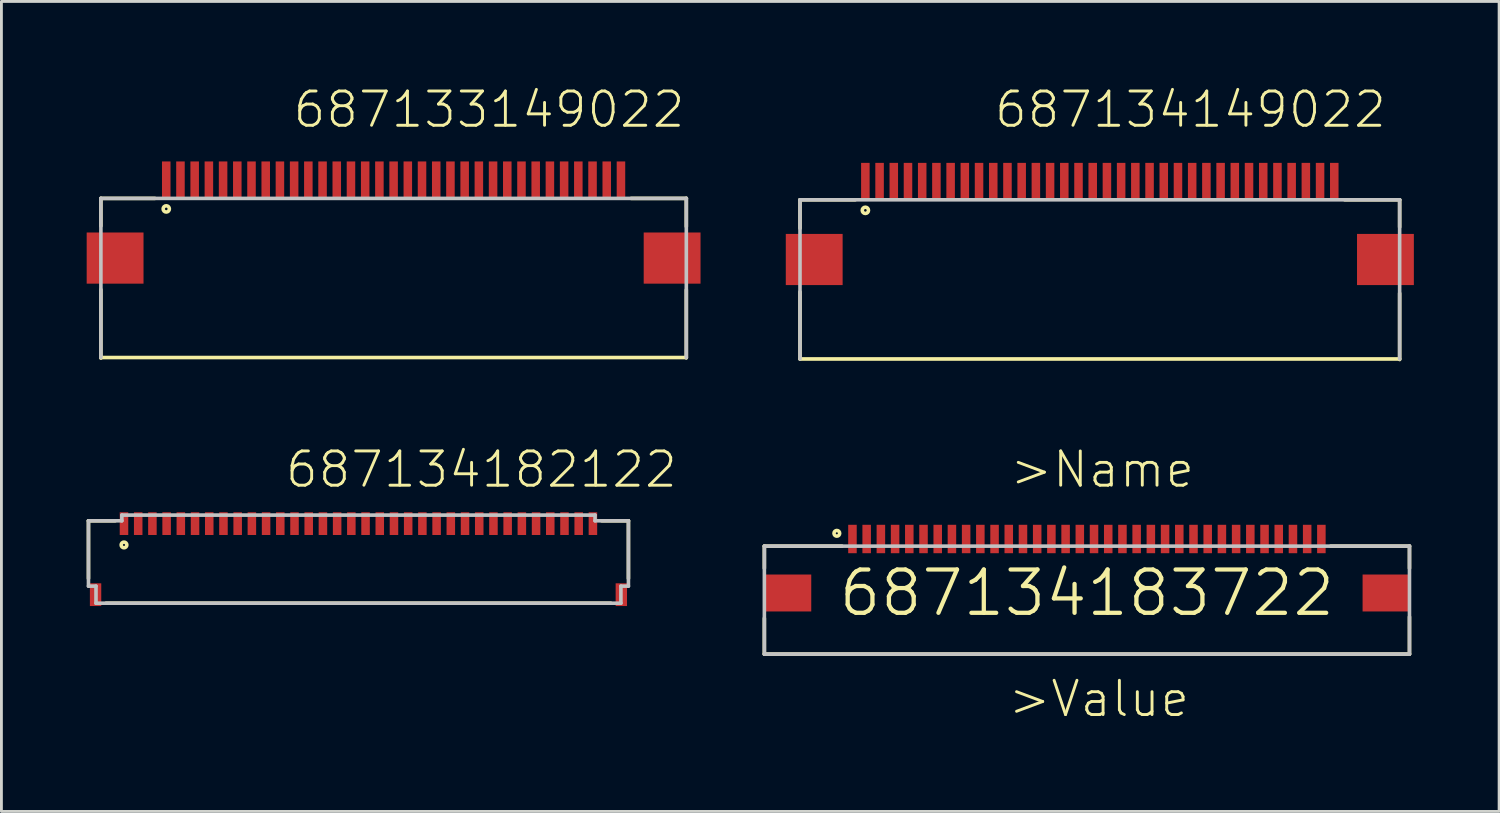
<source format=kicad_pcb>
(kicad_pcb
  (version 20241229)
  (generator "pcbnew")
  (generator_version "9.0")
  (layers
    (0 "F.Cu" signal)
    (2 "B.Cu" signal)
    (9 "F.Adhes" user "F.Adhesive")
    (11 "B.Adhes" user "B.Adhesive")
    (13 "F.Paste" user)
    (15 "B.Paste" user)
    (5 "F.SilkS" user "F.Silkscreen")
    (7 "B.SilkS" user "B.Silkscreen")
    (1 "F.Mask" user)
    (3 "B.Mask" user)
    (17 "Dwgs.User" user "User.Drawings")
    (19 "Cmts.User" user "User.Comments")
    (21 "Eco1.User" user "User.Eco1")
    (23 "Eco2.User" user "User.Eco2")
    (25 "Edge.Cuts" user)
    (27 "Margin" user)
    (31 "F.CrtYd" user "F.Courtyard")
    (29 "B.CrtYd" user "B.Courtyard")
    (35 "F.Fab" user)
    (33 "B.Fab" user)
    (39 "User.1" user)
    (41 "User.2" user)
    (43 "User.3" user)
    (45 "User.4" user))
  (footprint "687134183722"
    (layer "F.Cu")
    (at 35.196 17.816)
    (property "Reference" "687134183722" (at 0 0 0) (layer "F.SilkS") (effects (font (size 1.524 1.524) (thickness 0.15))))
    (attr through_hole)
    (fp_line (start -11.35 -1.65) (end -11.35 -0.87) (stroke (width 0.127) (type solid)) (layer "F.SilkS"))
    (fp_line (start -11.35 0.89) (end -11.35 2.15) (stroke (width 0.127) (type solid)) (layer "F.SilkS"))
    (fp_line (start -11.35 2.15) (end 11.35 2.15) (stroke (width 0.127) (type solid)) (layer "F.SilkS"))
    (fp_line (start -8.62 -1.65) (end -11.35 -1.65) (stroke (width 0.127) (type solid)) (layer "F.SilkS"))
    (fp_line (start 8.58 -1.65) (end 11.35 -1.65) (stroke (width 0.127) (type solid)) (layer "F.SilkS"))
    (fp_line (start 11.35 -1.65) (end 11.35 -0.87) (stroke (width 0.127) (type solid)) (layer "F.SilkS"))
    (fp_line (start 11.35 2.15) (end 11.35 0.84) (stroke (width 0.127) (type solid)) (layer "F.SilkS"))
    (fp_circle (center -8.8 -2.1) (end -8.7 -2.1) (stroke (width 0.127) (type solid)) (fill no) (layer "F.SilkS"))
    (fp_line (start -11.35 -1.65) (end 11.35 -1.65) (stroke (width 0.127) (type solid)) (layer "Dwgs.User"))
    (fp_line (start -11.35 2.15) (end -11.35 -1.65) (stroke (width 0.127) (type solid)) (layer "Dwgs.User"))
    (fp_line (start 11.35 -1.65) (end 11.35 2.15) (stroke (width 0.127) (type solid)) (layer "Dwgs.User"))
    (fp_line (start 11.35 2.15) (end -11.35 2.15) (stroke (width 0.127) (type solid)) (layer "Dwgs.User"))
    (fp_text user ">Value" (at -2.83 4.43 0) (layer "F.SilkS") (effects (font (size 1.206 1.206) (thickness 0.102)) (justify left bottom)))
    (fp_text user ">Name" (at -2.77 -3.64 0) (layer "F.SilkS") (effects (font (size 1.206 1.206) (thickness 0.102)) (justify left bottom)))
    (pad "1" smd rect (at -8.25 -1.9 90) (size 1 0.3) (layers "F.Cu" "F.Mask" "F.Paste"))
    (pad "2" smd rect (at -7.75 -1.9 90) (size 1 0.3) (layers "F.Cu" "F.Mask" "F.Paste"))
    (pad "3" smd rect (at -7.25 -1.9 90) (size 1 0.3) (layers "F.Cu" "F.Mask" "F.Paste"))
    (pad "4" smd rect (at -6.75 -1.9 90) (size 1 0.3) (layers "F.Cu" "F.Mask" "F.Paste"))
    (pad "5" smd rect (at -6.25 -1.9 90) (size 1 0.3) (layers "F.Cu" "F.Mask" "F.Paste"))
    (pad "6" smd rect (at -5.75 -1.9 90) (size 1 0.3) (layers "F.Cu" "F.Mask" "F.Paste"))
    (pad "7" smd rect (at -5.25 -1.9 90) (size 1 0.3) (layers "F.Cu" "F.Mask" "F.Paste"))
    (pad "8" smd rect (at -4.75 -1.9 90) (size 1 0.3) (layers "F.Cu" "F.Mask" "F.Paste"))
    (pad "9" smd rect (at -4.25 -1.9 90) (size 1 0.3) (layers "F.Cu" "F.Mask" "F.Paste"))
    (pad "10" smd rect (at -3.75 -1.9 90) (size 1 0.3) (layers "F.Cu" "F.Mask" "F.Paste"))
    (pad "11" smd rect (at -3.25 -1.9 90) (size 1 0.3) (layers "F.Cu" "F.Mask" "F.Paste"))
    (pad "12" smd rect (at -2.75 -1.9 90) (size 1 0.3) (layers "F.Cu" "F.Mask" "F.Paste"))
    (pad "13" smd rect (at -2.25 -1.9 90) (size 1 0.3) (layers "F.Cu" "F.Mask" "F.Paste"))
    (pad "14" smd rect (at -1.75 -1.9 90) (size 1 0.3) (layers "F.Cu" "F.Mask" "F.Paste"))
    (pad "15" smd rect (at -1.25 -1.9 90) (size 1 0.3) (layers "F.Cu" "F.Mask" "F.Paste"))
    (pad "16" smd rect (at -0.75 -1.9 90) (size 1 0.3) (layers "F.Cu" "F.Mask" "F.Paste"))
    (pad "17" smd rect (at -0.25 -1.9 90) (size 1 0.3) (layers "F.Cu" "F.Mask" "F.Paste"))
    (pad "18" smd rect (at 0.25 -1.9 90) (size 1 0.3) (layers "F.Cu" "F.Mask" "F.Paste"))
    (pad "19" smd rect (at 0.75 -1.9 90) (size 1 0.3) (layers "F.Cu" "F.Mask" "F.Paste"))
    (pad "20" smd rect (at 1.25 -1.9 90) (size 1 0.3) (layers "F.Cu" "F.Mask" "F.Paste"))
    (pad "21" smd rect (at 1.75 -1.9 90) (size 1 0.3) (layers "F.Cu" "F.Mask" "F.Paste"))
    (pad "22" smd rect (at 2.25 -1.9 90) (size 1 0.3) (layers "F.Cu" "F.Mask" "F.Paste"))
    (pad "23" smd rect (at 2.75 -1.9 90) (size 1 0.3) (layers "F.Cu" "F.Mask" "F.Paste"))
    (pad "24" smd rect (at 3.25 -1.9 90) (size 1 0.3) (layers "F.Cu" "F.Mask" "F.Paste"))
    (pad "25" smd rect (at 3.75 -1.9 90) (size 1 0.3) (layers "F.Cu" "F.Mask" "F.Paste"))
    (pad "26" smd rect (at 4.25 -1.9 90) (size 1 0.3) (layers "F.Cu" "F.Mask" "F.Paste"))
    (pad "27" smd rect (at 4.75 -1.9 90) (size 1 0.3) (layers "F.Cu" "F.Mask" "F.Paste"))
    (pad "28" smd rect (at 5.25 -1.9 90) (size 1 0.3) (layers "F.Cu" "F.Mask" "F.Paste"))
    (pad "29" smd rect (at 5.75 -1.9 90) (size 1 0.3) (layers "F.Cu" "F.Mask" "F.Paste"))
    (pad "30" smd rect (at 6.25 -1.9 90) (size 1 0.3) (layers "F.Cu" "F.Mask" "F.Paste"))
    (pad "31" smd rect (at 6.75 -1.9 90) (size 1 0.3) (layers "F.Cu" "F.Mask" "F.Paste"))
    (pad "32" smd rect (at 7.25 -1.9 90) (size 1 0.3) (layers "F.Cu" "F.Mask" "F.Paste"))
    (pad "33" smd rect (at 7.75 -1.9 90) (size 1 0.3) (layers "F.Cu" "F.Mask" "F.Paste"))
    (pad "34" smd rect (at 8.25 -1.9 90) (size 1 0.3) (layers "F.Cu" "F.Mask" "F.Paste"))
    (pad "Z1" smd rect (at -10.525 0) (size 1.65 1.3) (layers "F.Cu" "F.Mask" "F.Paste"))
    (pad "Z2" smd rect (at 10.525 0) (size 1.65 1.3) (layers "F.Cu" "F.Mask" "F.Paste")))
  (footprint "687134182122"
    (layer "F.Cu")
    (at 9.563 16.625)
    (property "Reference" "687134182122" (at -2.633 -2.449 0) (layer "F.SilkS") (effects (font (size 1.206 1.206) (thickness 0.102)) (justify left bottom)))
    (attr through_hole)
    (fp_line (start -9.5 -1.35) (end -9.5 0.68) (stroke (width 0.127) (type solid)) (layer "F.SilkS"))
    (fp_line (start -8.88 1.55) (end 8.88 1.55) (stroke (width 0.127) (type solid)) (layer "F.SilkS"))
    (fp_line (start -8.56 -1.35) (end -9.5 -1.35) (stroke (width 0.127) (type solid)) (layer "F.SilkS"))
    (fp_line (start 9.5 -1.35) (end 8.56 -1.35) (stroke (width 0.127) (type solid)) (layer "F.SilkS"))
    (fp_line (start 9.5 -1.35) (end 9.5 0.68) (stroke (width 0.127) (type solid)) (layer "F.SilkS"))
    (fp_circle (center -8.25 -0.5) (end -8.15 -0.5) (stroke (width 0.127) (type solid)) (fill no) (layer "F.SilkS"))
    (fp_line (start -9.5 -1.35) (end -9.5 0.95) (stroke (width 0.127) (type solid)) (layer "Dwgs.User"))
    (fp_line (start -9.5 -1.35) (end -8.325 -1.35) (stroke (width 0.127) (type solid)) (layer "Dwgs.User"))
    (fp_line (start -9.5 0.95) (end -9.235 0.95) (stroke (width 0.127) (type solid)) (layer "Dwgs.User"))
    (fp_line (start -9.235 1.55) (end -9.235 0.95) (stroke (width 0.127) (type solid)) (layer "Dwgs.User"))
    (fp_line (start -9.235 1.55) (end 9.235 1.55) (stroke (width 0.127) (type solid)) (layer "Dwgs.User"))
    (fp_line (start -8.325 -1.55) (end -8.325 -1.35) (stroke (width 0.127) (type solid)) (layer "Dwgs.User"))
    (fp_line (start -8.325 -1.55) (end 8.325 -1.55) (stroke (width 0.127) (type solid)) (layer "Dwgs.User"))
    (fp_line (start 8.325 -1.55) (end 8.325 -1.35) (stroke (width 0.127) (type solid)) (layer "Dwgs.User"))
    (fp_line (start 8.325 -1.35) (end 9.5 -1.35) (stroke (width 0.127) (type solid)) (layer "Dwgs.User"))
    (fp_line (start 9.235 0.95) (end 9.5 0.95) (stroke (width 0.127) (type solid)) (layer "Dwgs.User"))
    (fp_line (start 9.235 1.55) (end 9.235 0.95) (stroke (width 0.127) (type solid)) (layer "Dwgs.User"))
    (fp_line (start 9.5 -1.35) (end 9.5 0.95) (stroke (width 0.127) (type solid)) (layer "Dwgs.User"))
    (pad "1" smd rect (at -8.25 -1.25 90) (size 0.8 0.3) (layers "F.Cu" "F.Mask" "F.Paste"))
    (pad "2" smd rect (at -7.75 -1.25 90) (size 0.8 0.3) (layers "F.Cu" "F.Mask" "F.Paste"))
    (pad "3" smd rect (at -7.25 -1.25 90) (size 0.8 0.3) (layers "F.Cu" "F.Mask" "F.Paste"))
    (pad "4" smd rect (at -6.75 -1.25 90) (size 0.8 0.3) (layers "F.Cu" "F.Mask" "F.Paste"))
    (pad "5" smd rect (at -6.25 -1.25 90) (size 0.8 0.3) (layers "F.Cu" "F.Mask" "F.Paste"))
    (pad "6" smd rect (at -5.75 -1.25 90) (size 0.8 0.3) (layers "F.Cu" "F.Mask" "F.Paste"))
    (pad "7" smd rect (at -5.25 -1.25 90) (size 0.8 0.3) (layers "F.Cu" "F.Mask" "F.Paste"))
    (pad "8" smd rect (at -4.75 -1.25 90) (size 0.8 0.3) (layers "F.Cu" "F.Mask" "F.Paste"))
    (pad "9" smd rect (at -4.25 -1.25 90) (size 0.8 0.3) (layers "F.Cu" "F.Mask" "F.Paste"))
    (pad "10" smd rect (at -3.75 -1.25 90) (size 0.8 0.3) (layers "F.Cu" "F.Mask" "F.Paste"))
    (pad "11" smd rect (at -3.25 -1.25 90) (size 0.8 0.3) (layers "F.Cu" "F.Mask" "F.Paste"))
    (pad "12" smd rect (at -2.75 -1.25 90) (size 0.8 0.3) (layers "F.Cu" "F.Mask" "F.Paste"))
    (pad "13" smd rect (at -2.25 -1.25 90) (size 0.8 0.3) (layers "F.Cu" "F.Mask" "F.Paste"))
    (pad "14" smd rect (at -1.75 -1.25 90) (size 0.8 0.3) (layers "F.Cu" "F.Mask" "F.Paste"))
    (pad "15" smd rect (at -1.25 -1.25 90) (size 0.8 0.3) (layers "F.Cu" "F.Mask" "F.Paste"))
    (pad "16" smd rect (at -0.75 -1.25 90) (size 0.8 0.3) (layers "F.Cu" "F.Mask" "F.Paste"))
    (pad "17" smd rect (at -0.25 -1.25 90) (size 0.8 0.3) (layers "F.Cu" "F.Mask" "F.Paste"))
    (pad "18" smd rect (at 0.25 -1.25 90) (size 0.8 0.3) (layers "F.Cu" "F.Mask" "F.Paste"))
    (pad "19" smd rect (at 0.75 -1.25 90) (size 0.8 0.3) (layers "F.Cu" "F.Mask" "F.Paste"))
    (pad "20" smd rect (at 1.25 -1.25 90) (size 0.8 0.3) (layers "F.Cu" "F.Mask" "F.Paste"))
    (pad "21" smd rect (at 1.75 -1.25 90) (size 0.8 0.3) (layers "F.Cu" "F.Mask" "F.Paste"))
    (pad "22" smd rect (at 2.25 -1.25 90) (size 0.8 0.3) (layers "F.Cu" "F.Mask" "F.Paste"))
    (pad "23" smd rect (at 2.75 -1.25 90) (size 0.8 0.3) (layers "F.Cu" "F.Mask" "F.Paste"))
    (pad "24" smd rect (at 3.25 -1.25 90) (size 0.8 0.3) (layers "F.Cu" "F.Mask" "F.Paste"))
    (pad "25" smd rect (at 3.75 -1.25 90) (size 0.8 0.3) (layers "F.Cu" "F.Mask" "F.Paste"))
    (pad "26" smd rect (at 4.25 -1.25 90) (size 0.8 0.3) (layers "F.Cu" "F.Mask" "F.Paste"))
    (pad "27" smd rect (at 4.75 -1.25 90) (size 0.8 0.3) (layers "F.Cu" "F.Mask" "F.Paste"))
    (pad "28" smd rect (at 5.25 -1.25 90) (size 0.8 0.3) (layers "F.Cu" "F.Mask" "F.Paste"))
    (pad "29" smd rect (at 5.75 -1.25 90) (size 0.8 0.3) (layers "F.Cu" "F.Mask" "F.Paste"))
    (pad "30" smd rect (at 6.25 -1.25 90) (size 0.8 0.3) (layers "F.Cu" "F.Mask" "F.Paste"))
    (pad "31" smd rect (at 6.75 -1.25 90) (size 0.8 0.3) (layers "F.Cu" "F.Mask" "F.Paste"))
    (pad "32" smd rect (at 7.25 -1.25 90) (size 0.8 0.3) (layers "F.Cu" "F.Mask" "F.Paste"))
    (pad "33" smd rect (at 7.75 -1.25 90) (size 0.8 0.3) (layers "F.Cu" "F.Mask" "F.Paste"))
    (pad "34" smd rect (at 8.25 -1.25 90) (size 0.8 0.3) (layers "F.Cu" "F.Mask" "F.Paste"))
    (pad "Z1" smd rect (at -9.25 1.25 90) (size 0.8 0.4) (layers "F.Cu" "F.Mask" "F.Paste"))
    (pad "Z2" smd rect (at 9.25 1.25 90) (size 0.8 0.4) (layers "F.Cu" "F.Mask" "F.Paste")))
  (footprint "687133149022"
    (layer "F.Cu")
    (at 10.8 3.281)
    (property "Reference" "687133149022" (at -3.6 -1.77 0) (layer "F.SilkS") (effects (font (size 1.206 1.206) (thickness 0.102)) (justify left bottom)))
    (attr through_hole)
    (fp_line (start -10.3 0.65) (end -10.3 1.62) (stroke (width 0.127) (type solid)) (layer "F.SilkS"))
    (fp_line (start -10.3 3.86) (end -10.3 6.27) (stroke (width 0.127) (type solid)) (layer "F.SilkS"))
    (fp_line (start -8.4 0.65) (end -10.3 0.65) (stroke (width 0.127) (type solid)) (layer "F.SilkS"))
    (fp_line (start 8.36 0.65) (end 10.3 0.65) (stroke (width 0.127) (type solid)) (layer "F.SilkS"))
    (fp_line (start 10.3 0.65) (end 10.3 1.64) (stroke (width 0.127) (type solid)) (layer "F.SilkS"))
    (fp_line (start 10.3 3.87) (end 10.3 6.26) (stroke (width 0.127) (type solid)) (layer "F.SilkS"))
    (fp_line (start 10.3 6.25) (end -10.3 6.25) (stroke (width 0.127) (type solid)) (layer "F.SilkS"))
    (fp_circle (center -8 1.02) (end -7.89 1.02) (stroke (width 0.127) (type solid)) (fill no) (layer "F.SilkS"))
    (fp_line (start -10.3 0.65) (end 10.3 0.65) (stroke (width 0.127) (type solid)) (layer "Dwgs.User"))
    (fp_line (start -10.3 6.25) (end -10.3 0.65) (stroke (width 0.127) (type solid)) (layer "Dwgs.User"))
    (fp_line (start 10.3 0.65) (end 10.3 6.25) (stroke (width 0.127) (type solid)) (layer "Dwgs.User"))
    (pad "1" smd rect (at -8 0) (size 0.3 1.3) (layers "F.Cu" "F.Mask" "F.Paste"))
    (pad "2" smd rect (at -7.5 0) (size 0.3 1.3) (layers "F.Cu" "F.Mask" "F.Paste"))
    (pad "3" smd rect (at -7 0) (size 0.3 1.3) (layers "F.Cu" "F.Mask" "F.Paste"))
    (pad "4" smd rect (at -6.5 0) (size 0.3 1.3) (layers "F.Cu" "F.Mask" "F.Paste"))
    (pad "5" smd rect (at -6 0) (size 0.3 1.3) (layers "F.Cu" "F.Mask" "F.Paste"))
    (pad "6" smd rect (at -5.5 0) (size 0.3 1.3) (layers "F.Cu" "F.Mask" "F.Paste"))
    (pad "7" smd rect (at -5 0) (size 0.3 1.3) (layers "F.Cu" "F.Mask" "F.Paste"))
    (pad "8" smd rect (at -4.5 0) (size 0.3 1.3) (layers "F.Cu" "F.Mask" "F.Paste"))
    (pad "9" smd rect (at -4 0) (size 0.3 1.3) (layers "F.Cu" "F.Mask" "F.Paste"))
    (pad "10" smd rect (at -3.5 0) (size 0.3 1.3) (layers "F.Cu" "F.Mask" "F.Paste"))
    (pad "11" smd rect (at -3 0) (size 0.3 1.3) (layers "F.Cu" "F.Mask" "F.Paste"))
    (pad "12" smd rect (at -2.5 0) (size 0.3 1.3) (layers "F.Cu" "F.Mask" "F.Paste"))
    (pad "13" smd rect (at -2 0) (size 0.3 1.3) (layers "F.Cu" "F.Mask" "F.Paste"))
    (pad "14" smd rect (at -1.5 0) (size 0.3 1.3) (layers "F.Cu" "F.Mask" "F.Paste"))
    (pad "15" smd rect (at -1 0) (size 0.3 1.3) (layers "F.Cu" "F.Mask" "F.Paste"))
    (pad "16" smd rect (at -0.5 0) (size 0.3 1.3) (layers "F.Cu" "F.Mask" "F.Paste"))
    (pad "17" smd rect (at 0 0) (size 0.3 1.3) (layers "F.Cu" "F.Mask" "F.Paste"))
    (pad "18" smd rect (at 0.5 0) (size 0.3 1.3) (layers "F.Cu" "F.Mask" "F.Paste"))
    (pad "19" smd rect (at 1 0) (size 0.3 1.3) (layers "F.Cu" "F.Mask" "F.Paste"))
    (pad "20" smd rect (at 1.5 0) (size 0.3 1.3) (layers "F.Cu" "F.Mask" "F.Paste"))
    (pad "21" smd rect (at 2 0) (size 0.3 1.3) (layers "F.Cu" "F.Mask" "F.Paste"))
    (pad "22" smd rect (at 2.5 0) (size 0.3 1.3) (layers "F.Cu" "F.Mask" "F.Paste"))
    (pad "23" smd rect (at 3 0) (size 0.3 1.3) (layers "F.Cu" "F.Mask" "F.Paste"))
    (pad "24" smd rect (at 3.5 0) (size 0.3 1.3) (layers "F.Cu" "F.Mask" "F.Paste"))
    (pad "25" smd rect (at 4 0) (size 0.3 1.3) (layers "F.Cu" "F.Mask" "F.Paste"))
    (pad "26" smd rect (at 4.5 0) (size 0.3 1.3) (layers "F.Cu" "F.Mask" "F.Paste"))
    (pad "27" smd rect (at 5 0) (size 0.3 1.3) (layers "F.Cu" "F.Mask" "F.Paste"))
    (pad "28" smd rect (at 5.5 0) (size 0.3 1.3) (layers "F.Cu" "F.Mask" "F.Paste"))
    (pad "29" smd rect (at 6 0) (size 0.3 1.3) (layers "F.Cu" "F.Mask" "F.Paste"))
    (pad "30" smd rect (at 6.5 0) (size 0.3 1.3) (layers "F.Cu" "F.Mask" "F.Paste"))
    (pad "31" smd rect (at 7 0) (size 0.3 1.3) (layers "F.Cu" "F.Mask" "F.Paste"))
    (pad "32" smd rect (at 7.5 0) (size 0.3 1.3) (layers "F.Cu" "F.Mask" "F.Paste"))
    (pad "33" smd rect (at 8 0) (size 0.3 1.3) (layers "F.Cu" "F.Mask" "F.Paste"))
    (pad "Z1" smd rect (at -9.8 2.75) (size 2 1.8) (layers "F.Cu" "F.Mask" "F.Paste"))
    (pad "Z2" smd rect (at 9.8 2.75) (size 2 1.8) (layers "F.Cu" "F.Mask" "F.Paste")))
  (footprint "687134149022"
    (layer "F.Cu")
    (at 35.65 3.331)
    (property "Reference" "687134149022" (at -3.77 -1.82 0) (layer "F.SilkS") (effects (font (size 1.206 1.206) (thickness 0.102)) (justify left bottom)))
    (attr through_hole)
    (fp_line (start -10.55 0.65) (end -10.55 1.65) (stroke (width 0.127) (type solid)) (layer "F.SilkS"))
    (fp_line (start -10.55 3.89) (end -10.55 6.25) (stroke (width 0.127) (type solid)) (layer "F.SilkS"))
    (fp_line (start -8.61 0.65) (end -10.55 0.65) (stroke (width 0.127) (type solid)) (layer "F.SilkS"))
    (fp_line (start 8.62 0.65) (end 10.55 0.65) (stroke (width 0.127) (type solid)) (layer "F.SilkS"))
    (fp_line (start 10.55 0.65) (end 10.55 1.61) (stroke (width 0.127) (type solid)) (layer "F.SilkS"))
    (fp_line (start 10.55 3.94) (end 10.55 6.27) (stroke (width 0.127) (type solid)) (layer "F.SilkS"))
    (fp_line (start 10.55 6.25) (end -10.55 6.25) (stroke (width 0.127) (type solid)) (layer "F.SilkS"))
    (fp_circle (center -8.25 1.02) (end -8.14 1.02) (stroke (width 0.127) (type solid)) (fill no) (layer "F.SilkS"))
    (fp_line (start -10.55 0.65) (end 10.55 0.65) (stroke (width 0.127) (type solid)) (layer "Dwgs.User"))
    (fp_line (start -10.55 6.25) (end -10.55 0.65) (stroke (width 0.127) (type solid)) (layer "Dwgs.User"))
    (fp_line (start 10.55 0.65) (end 10.55 6.25) (stroke (width 0.127) (type solid)) (layer "Dwgs.User"))
    (pad "1" smd rect (at -8.25 0) (size 0.3 1.3) (layers "F.Cu" "F.Mask" "F.Paste"))
    (pad "2" smd rect (at -7.75 0) (size 0.3 1.3) (layers "F.Cu" "F.Mask" "F.Paste"))
    (pad "3" smd rect (at -7.25 0) (size 0.3 1.3) (layers "F.Cu" "F.Mask" "F.Paste"))
    (pad "4" smd rect (at -6.75 0) (size 0.3 1.3) (layers "F.Cu" "F.Mask" "F.Paste"))
    (pad "5" smd rect (at -6.25 0) (size 0.3 1.3) (layers "F.Cu" "F.Mask" "F.Paste"))
    (pad "6" smd rect (at -5.75 0) (size 0.3 1.3) (layers "F.Cu" "F.Mask" "F.Paste"))
    (pad "7" smd rect (at -5.25 0) (size 0.3 1.3) (layers "F.Cu" "F.Mask" "F.Paste"))
    (pad "8" smd rect (at -4.75 0) (size 0.3 1.3) (layers "F.Cu" "F.Mask" "F.Paste"))
    (pad "9" smd rect (at -4.25 0) (size 0.3 1.3) (layers "F.Cu" "F.Mask" "F.Paste"))
    (pad "10" smd rect (at -3.75 0) (size 0.3 1.3) (layers "F.Cu" "F.Mask" "F.Paste"))
    (pad "11" smd rect (at -3.25 0) (size 0.3 1.3) (layers "F.Cu" "F.Mask" "F.Paste"))
    (pad "12" smd rect (at -2.75 0) (size 0.3 1.3) (layers "F.Cu" "F.Mask" "F.Paste"))
    (pad "13" smd rect (at -2.25 0) (size 0.3 1.3) (layers "F.Cu" "F.Mask" "F.Paste"))
    (pad "14" smd rect (at -1.75 0) (size 0.3 1.3) (layers "F.Cu" "F.Mask" "F.Paste"))
    (pad "15" smd rect (at -1.25 0) (size 0.3 1.3) (layers "F.Cu" "F.Mask" "F.Paste"))
    (pad "16" smd rect (at -0.75 0) (size 0.3 1.3) (layers "F.Cu" "F.Mask" "F.Paste"))
    (pad "17" smd rect (at -0.25 0) (size 0.3 1.3) (layers "F.Cu" "F.Mask" "F.Paste"))
    (pad "18" smd rect (at 0.25 0) (size 0.3 1.3) (layers "F.Cu" "F.Mask" "F.Paste"))
    (pad "19" smd rect (at 0.75 0) (size 0.3 1.3) (layers "F.Cu" "F.Mask" "F.Paste"))
    (pad "20" smd rect (at 1.25 0) (size 0.3 1.3) (layers "F.Cu" "F.Mask" "F.Paste"))
    (pad "21" smd rect (at 1.75 0) (size 0.3 1.3) (layers "F.Cu" "F.Mask" "F.Paste"))
    (pad "22" smd rect (at 2.25 0) (size 0.3 1.3) (layers "F.Cu" "F.Mask" "F.Paste"))
    (pad "23" smd rect (at 2.75 0) (size 0.3 1.3) (layers "F.Cu" "F.Mask" "F.Paste"))
    (pad "24" smd rect (at 3.25 0) (size 0.3 1.3) (layers "F.Cu" "F.Mask" "F.Paste"))
    (pad "25" smd rect (at 3.75 0) (size 0.3 1.3) (layers "F.Cu" "F.Mask" "F.Paste"))
    (pad "26" smd rect (at 4.25 0) (size 0.3 1.3) (layers "F.Cu" "F.Mask" "F.Paste"))
    (pad "27" smd rect (at 4.75 0) (size 0.3 1.3) (layers "F.Cu" "F.Mask" "F.Paste"))
    (pad "28" smd rect (at 5.25 0) (size 0.3 1.3) (layers "F.Cu" "F.Mask" "F.Paste"))
    (pad "29" smd rect (at 5.75 0) (size 0.3 1.3) (layers "F.Cu" "F.Mask" "F.Paste"))
    (pad "30" smd rect (at 6.25 0) (size 0.3 1.3) (layers "F.Cu" "F.Mask" "F.Paste"))
    (pad "31" smd rect (at 6.75 0) (size 0.3 1.3) (layers "F.Cu" "F.Mask" "F.Paste"))
    (pad "32" smd rect (at 7.25 0) (size 0.3 1.3) (layers "F.Cu" "F.Mask" "F.Paste"))
    (pad "33" smd rect (at 7.75 0) (size 0.3 1.3) (layers "F.Cu" "F.Mask" "F.Paste"))
    (pad "34" smd rect (at 8.25 0) (size 0.3 1.3) (layers "F.Cu" "F.Mask" "F.Paste"))
    (pad "Z1" smd rect (at -10.05 2.75) (size 2 1.8) (layers "F.Cu" "F.Mask" "F.Paste"))
    (pad "Z2" smd rect (at 10.05 2.75) (size 2 1.8) (layers "F.Cu" "F.Mask" "F.Paste")))
  (gr_rect
    (start -3 -3)
    (end 49.7 25.503)
    (stroke (width 0.1) (type default))
    (fill no)
    (layer "Edge.Cuts")))
</source>
